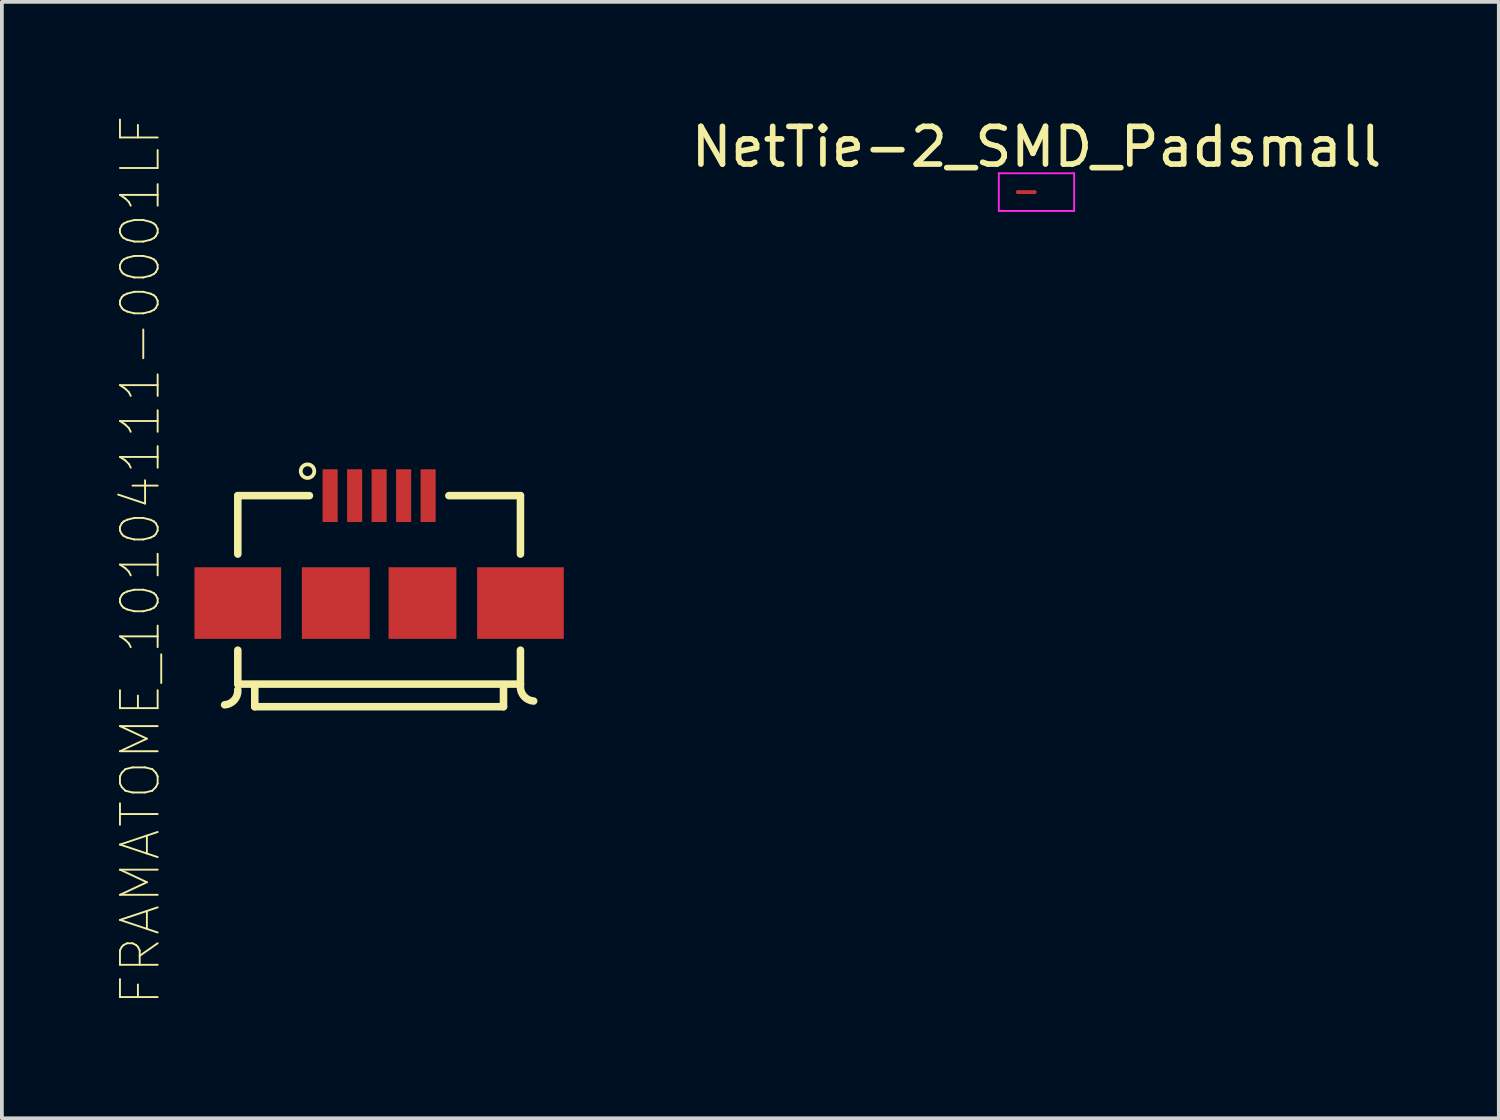
<source format=kicad_pcb>
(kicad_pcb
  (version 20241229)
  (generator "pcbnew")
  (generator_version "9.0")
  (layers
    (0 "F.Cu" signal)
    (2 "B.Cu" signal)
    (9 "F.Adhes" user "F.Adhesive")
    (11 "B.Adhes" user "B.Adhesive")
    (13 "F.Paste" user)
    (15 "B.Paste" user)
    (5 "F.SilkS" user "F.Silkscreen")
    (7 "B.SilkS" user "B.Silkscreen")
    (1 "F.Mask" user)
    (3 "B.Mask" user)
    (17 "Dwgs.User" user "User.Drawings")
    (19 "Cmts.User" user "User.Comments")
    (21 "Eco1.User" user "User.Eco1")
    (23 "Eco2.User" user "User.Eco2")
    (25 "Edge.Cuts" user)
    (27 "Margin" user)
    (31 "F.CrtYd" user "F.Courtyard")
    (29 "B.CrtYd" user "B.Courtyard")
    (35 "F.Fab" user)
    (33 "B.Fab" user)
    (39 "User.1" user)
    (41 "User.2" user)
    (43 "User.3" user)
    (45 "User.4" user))
  (footprint "FRAMATOME_10104111-0001LF"
    (layer "F.Cu")
    (at 7.01 12.952)
    (property "Reference" "FRAMATOME_10104111-0001LF" (at -6.337 -1.14 90) (layer "F.SilkS") (effects (font (size 1 1) (thickness 0.05))))
    (attr smd)
    (fp_line (start -3.75 -2.85) (end -1.85 -2.85) (stroke (width 0.2) (type solid)) (layer "F.SilkS"))
    (fp_line (start -3.75 -1.3) (end -3.75 -2.85) (stroke (width 0.2) (type solid)) (layer "F.SilkS"))
    (fp_line (start -3.75 2.15) (end -3.75 1.25) (stroke (width 0.2) (type solid)) (layer "F.SilkS"))
    (fp_line (start -3.3 2.2) (end -3.3 2.75) (stroke (width 0.2) (type solid)) (layer "F.SilkS"))
    (fp_line (start -3.3 2.75) (end 3.3 2.75) (stroke (width 0.2) (type solid)) (layer "F.SilkS"))
    (fp_line (start 1.85 -2.85) (end 3.75 -2.85) (stroke (width 0.2) (type solid)) (layer "F.SilkS"))
    (fp_line (start 3.3 2.75) (end 3.3 2.2) (stroke (width 0.2) (type solid)) (layer "F.SilkS"))
    (fp_line (start 3.75 -2.85) (end 3.75 -1.3) (stroke (width 0.2) (type solid)) (layer "F.SilkS"))
    (fp_line (start 3.75 1.25) (end 3.75 2.15) (stroke (width 0.2) (type solid)) (layer "F.SilkS"))
    (fp_line (start 3.75 2.15) (end -3.75 2.15) (stroke (width 0.2) (type solid)) (layer "F.SilkS"))
    (fp_arc (start -3.75 2.3) (mid -3.842157 2.572487) (end -4.1 2.7) (stroke (width 0.2) (type solid)) (layer "F.SilkS"))
    (fp_arc (start 4.1 2.6) (mid 3.842157 2.472487) (end 3.75 2.2) (stroke (width 0.2) (type solid)) (layer "F.SilkS"))
    (fp_circle (center -1.9 -3.5) (end -1.72 -3.5) (stroke (width 0.1) (type solid)) (fill no) (layer "F.SilkS"))
    (fp_line (start -5.1 -1.2) (end -4 -1.2) (stroke (width 0.05) (type solid)) (layer "Eco1.User"))
    (fp_line (start -5.1 1.2) (end -5.1 -1.2) (stroke (width 0.05) (type solid)) (layer "Eco1.User"))
    (fp_line (start -4 -3.1) (end -1.75 -3.1) (stroke (width 0.05) (type solid)) (layer "Eco1.User"))
    (fp_line (start -4 -1.2) (end -4 -3.1) (stroke (width 0.05) (type solid)) (layer "Eco1.User"))
    (fp_line (start -4 1.2) (end -5.1 1.2) (stroke (width 0.05) (type solid)) (layer "Eco1.User"))
    (fp_line (start -4 2.95) (end -4 1.2) (stroke (width 0.05) (type solid)) (layer "Eco1.User"))
    (fp_line (start -1.75 -3.8) (end 1.75 -3.8) (stroke (width 0.05) (type solid)) (layer "Eco1.User"))
    (fp_line (start -1.75 -3.1) (end -1.75 -3.8) (stroke (width 0.05) (type solid)) (layer "Eco1.User"))
    (fp_line (start 1.75 -3.8) (end 1.75 -3.1) (stroke (width 0.05) (type solid)) (layer "Eco1.User"))
    (fp_line (start 1.75 -3.1) (end 4 -3.1) (stroke (width 0.05) (type solid)) (layer "Eco1.User"))
    (fp_line (start 4 -3.1) (end 4 -1.2) (stroke (width 0.05) (type solid)) (layer "Eco1.User"))
    (fp_line (start 4 -1.2) (end 5.15 -1.2) (stroke (width 0.05) (type solid)) (layer "Eco1.User"))
    (fp_line (start 4 1.2) (end 4 2.95) (stroke (width 0.05) (type solid)) (layer "Eco1.User"))
    (fp_line (start 4 2.95) (end -4 2.95) (stroke (width 0.05) (type solid)) (layer "Eco1.User"))
    (fp_line (start 5.15 -1.2) (end 5.15 1.2) (stroke (width 0.05) (type solid)) (layer "Eco1.User"))
    (fp_line (start 5.15 1.2) (end 4 1.2) (stroke (width 0.05) (type solid)) (layer "Eco1.User"))
    (pad "1" smd rect (at -1.3 -2.85) (size 0.4 1.4) (layers "F.Cu" "F.Mask" "F.Paste"))
    (pad "2" smd rect (at -0.65 -2.85) (size 0.4 1.4) (layers "F.Cu" "F.Mask" "F.Paste"))
    (pad "3" smd rect (at 0 -2.85) (size 0.4 1.4) (layers "F.Cu" "F.Mask" "F.Paste"))
    (pad "4" smd rect (at 0.65 -2.85) (size 0.4 1.4) (layers "F.Cu" "F.Mask" "F.Paste"))
    (pad "5" smd rect (at 1.3 -2.85) (size 0.4 1.4) (layers "F.Cu" "F.Mask" "F.Paste"))
    (pad "6" smd rect (at -3.75 0) (size 2.3 1.9) (layers "F.Cu" "F.Mask" "F.Paste"))
    (pad "7" smd rect (at -1.15 0) (size 1.8 1.9) (layers "F.Cu" "F.Mask" "F.Paste"))
    (pad "8" smd rect (at 1.15 0) (size 1.8 1.9) (layers "F.Cu" "F.Mask" "F.Paste"))
    (pad "9" smd rect (at 3.75 0) (size 2.3 1.9) (layers "F.Cu" "F.Mask" "F.Paste")))
  (footprint "NetTie-2_SMD_Padsmall"
    (layer "F.Cu")
    (at 24.453 2.048)
    (property "Reference" "NetTie-2_SMD_Padsmall" (at 0 -1.2 0) (layer "F.SilkS") (effects (font (size 1 1) (thickness 0.15))))
    (attr exclude_from_pos_files exclude_from_bom)
    (fp_poly (pts (xy -0.508 -0.051) (xy -0.051 -0.051) (xy -0.051 0.051) (xy -0.508 0.051)) (stroke (width 0) (type solid)) (fill yes) (layer "F.Cu"))
    (fp_line (start -1 -0.5) (end -1 0.5) (stroke (width 0.05) (type solid)) (layer "F.CrtYd"))
    (fp_line (start -1 0.5) (end 1 0.5) (stroke (width 0.05) (type solid)) (layer "F.CrtYd"))
    (fp_line (start 1 -0.5) (end -1 -0.5) (stroke (width 0.05) (type solid)) (layer "F.CrtYd"))
    (fp_line (start 1 0.5) (end 1 -0.5) (stroke (width 0.05) (type solid)) (layer "F.CrtYd"))
    (pad "1" smd circle (at -0.5 0) (size 0.1 0.1) (layers "F.Cu"))
    (pad "2" smd circle (at -0.046 0) (size 0.1 0.1) (layers "F.Cu")))
  (gr_rect
    (start -3 -3)
    (end 36.72 26.623)
    (stroke (width 0.1) (type default))
    (fill no)
    (layer "Edge.Cuts")))
</source>
